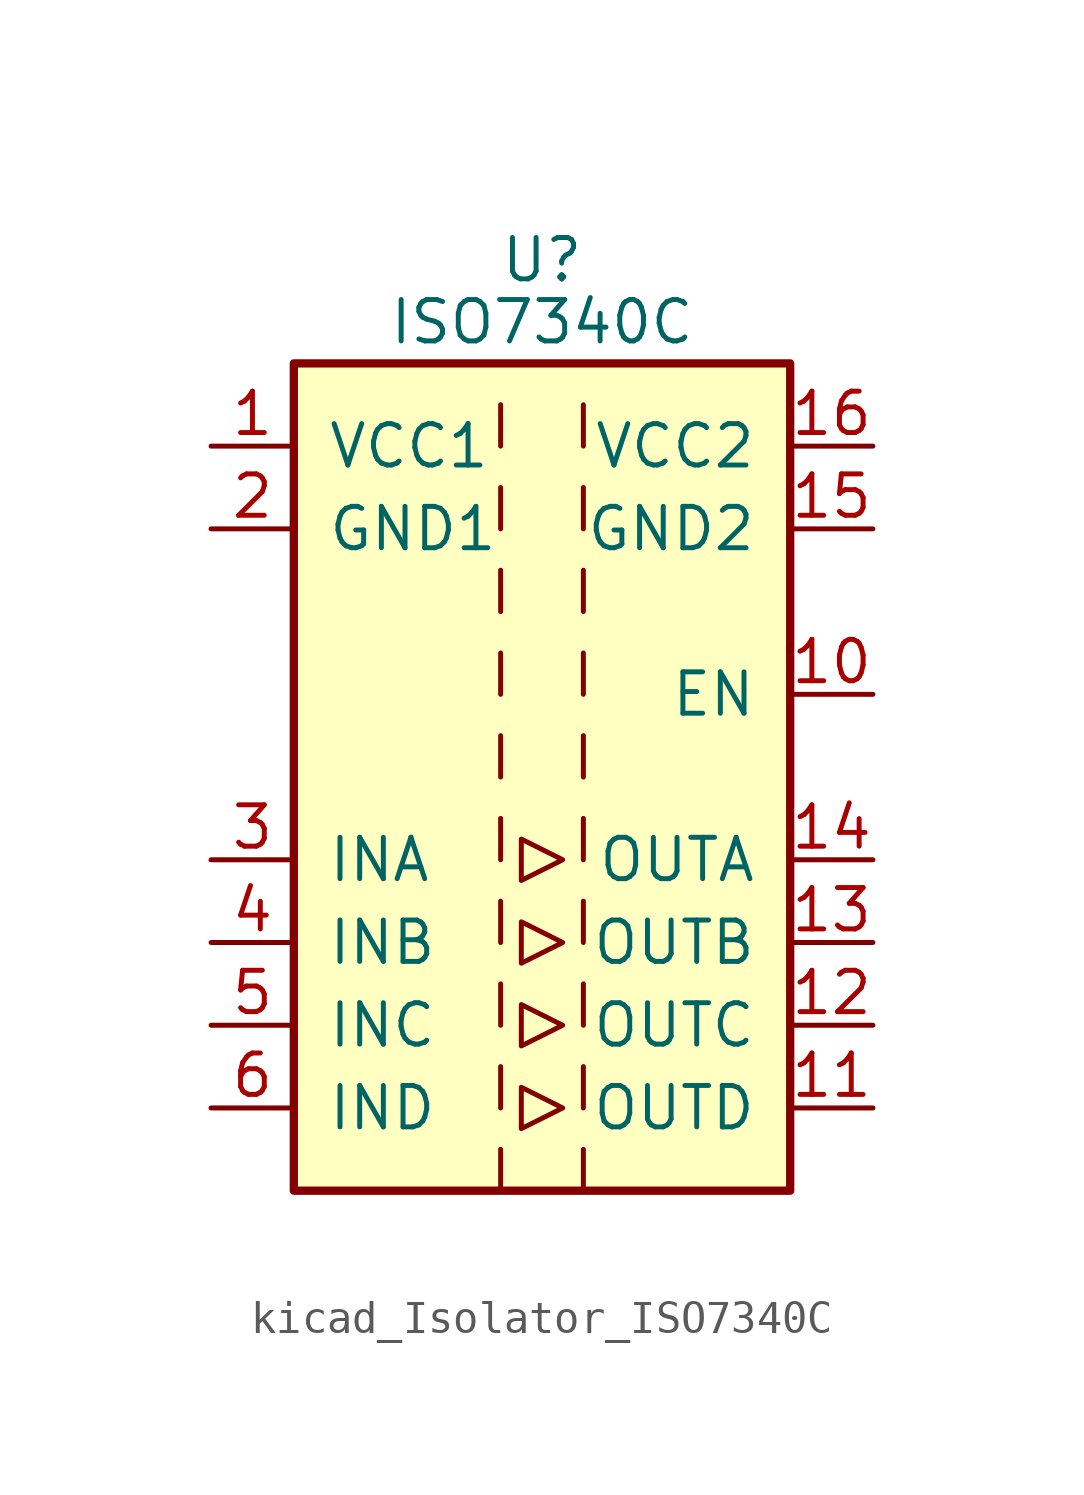
<source format=kicad_sym>
(kicad_symbol_lib
  (version 20220914)
  (generator kicad_symbol_editor)
  (symbol "kicad_Isolator_ISO7340C"
    (pin_names
      (offset 1.016))
    (property "Reference" "U"
      (at 0 15.875 0)
      (effects (font (size 1.27 1.27))))
    (property "Value" "ISO7340C"
      (at 0 13.97 0)
      (effects (font (size 1.27 1.27))))
    (symbol "kicad_Isolator_ISO7340C_0_1"
      (rectangle (start -7.62 12.7) (end 7.62 -12.7) (stroke (width 0.254) (type default)) (fill (type background)))
      (polyline (pts (xy -1.27 -11.43) (xy -1.27 -12.7)) (stroke (width 0) (type default)) (fill (type none)))
      (polyline (pts (xy -1.27 -8.89) (xy -1.27 -10.16)) (stroke (width 0) (type default)) (fill (type none)))
      (polyline (pts (xy -1.27 -6.35) (xy -1.27 -7.62)) (stroke (width 0) (type default)) (fill (type none)))
      (polyline (pts (xy -1.27 -3.81) (xy -1.27 -5.08)) (stroke (width 0) (type default)) (fill (type none)))
      (polyline (pts (xy -1.27 -1.27) (xy -1.27 -2.54)) (stroke (width 0) (type default)) (fill (type none)))
      (polyline (pts (xy -1.27 1.27) (xy -1.27 0)) (stroke (width 0) (type default)) (fill (type none)))
      (polyline (pts (xy -1.27 3.81) (xy -1.27 2.54)) (stroke (width 0) (type default)) (fill (type none)))
      (polyline (pts (xy -1.27 6.35) (xy -1.27 5.08)) (stroke (width 0) (type default)) (fill (type none)))
      (polyline (pts (xy -1.27 8.89) (xy -1.27 7.62)) (stroke (width 0) (type default)) (fill (type none)))
      (polyline (pts (xy -1.27 11.43) (xy -1.27 10.16)) (stroke (width 0) (type default)) (fill (type none)))
      (polyline (pts (xy 1.27 -11.43) (xy 1.27 -12.7)) (stroke (width 0) (type default)) (fill (type none)))
      (polyline (pts (xy 1.27 -8.89) (xy 1.27 -10.16)) (stroke (width 0) (type default)) (fill (type none)))
      (polyline (pts (xy 1.27 -6.35) (xy 1.27 -7.62)) (stroke (width 0) (type default)) (fill (type none)))
      (polyline (pts (xy 1.27 -3.81) (xy 1.27 -5.08)) (stroke (width 0) (type default)) (fill (type none)))
      (polyline (pts (xy 1.27 -1.27) (xy 1.27 -2.54)) (stroke (width 0) (type default)) (fill (type none)))
      (polyline (pts (xy 1.27 1.27) (xy 1.27 0)) (stroke (width 0) (type default)) (fill (type none)))
      (polyline (pts (xy 1.27 3.81) (xy 1.27 2.54)) (stroke (width 0) (type default)) (fill (type none)))
      (polyline (pts (xy 1.27 6.35) (xy 1.27 5.08)) (stroke (width 0) (type default)) (fill (type none)))
      (polyline (pts (xy 1.27 8.89) (xy 1.27 7.62)) (stroke (width 0) (type default)) (fill (type none)))
      (polyline (pts (xy 1.27 11.43) (xy 1.27 10.16)) (stroke (width 0) (type default)) (fill (type none)))
      (polyline (pts (xy -0.635 -9.525) (xy -0.635 -10.795) (xy 0.635 -10.16) (xy -0.635 -9.525)) (stroke (width 0) (type default)) (fill (type none)))
      (polyline (pts (xy -0.635 -6.985) (xy -0.635 -8.255) (xy 0.635 -7.62) (xy -0.635 -6.985)) (stroke (width 0) (type default)) (fill (type none)))
      (polyline (pts (xy -0.635 -4.445) (xy -0.635 -5.715) (xy 0.635 -5.08) (xy -0.635 -4.445)) (stroke (width 0) (type default)) (fill (type none)))
      (polyline (pts (xy -0.635 -1.905) (xy -0.635 -3.175) (xy 0.635 -2.54) (xy -0.635 -1.905)) (stroke (width 0) (type default)) (fill (type none))))
    (symbol "kicad_Isolator_ISO7340C_1_1"
      (pin power_in line (at -10.16 10.16 0) (length 2.54) (name "VCC1" (effects (font (size 1.27 1.27)))) (number "1" (effects (font (size 1.27 1.27)))))
      (pin input line (at 10.16 2.54 180) (length 2.54) (name "EN" (effects (font (size 1.27 1.27)))) (number "10" (effects (font (size 1.27 1.27)))))
      (pin output line (at 10.16 -10.16 180) (length 2.54) (name "OUTD" (effects (font (size 1.27 1.27)))) (number "11" (effects (font (size 1.27 1.27)))))
      (pin output line (at 10.16 -7.62 180) (length 2.54) (name "OUTC" (effects (font (size 1.27 1.27)))) (number "12" (effects (font (size 1.27 1.27)))))
      (pin output line (at 10.16 -5.08 180) (length 2.54) (name "OUTB" (effects (font (size 1.27 1.27)))) (number "13" (effects (font (size 1.27 1.27)))))
      (pin output line (at 10.16 -2.54 180) (length 2.54) (name "OUTA" (effects (font (size 1.27 1.27)))) (number "14" (effects (font (size 1.27 1.27)))))
      (pin power_in line (at 10.16 7.62 180) (length 2.54) (name "GND2" (effects (font (size 1.27 1.27)))) (number "15" (effects (font (size 1.27 1.27)))))
      (pin power_in line (at 10.16 10.16 180) (length 2.54) (name "VCC2" (effects (font (size 1.27 1.27)))) (number "16" (effects (font (size 1.27 1.27)))))
      (pin power_in line (at -10.16 7.62 0) (length 2.54) (name "GND1" (effects (font (size 1.27 1.27)))) (number "2" (effects (font (size 1.27 1.27)))))
      (pin input line (at -10.16 -2.54 0) (length 2.54) (name "INA" (effects (font (size 1.27 1.27)))) (number "3" (effects (font (size 1.27 1.27)))))
      (pin input line (at -10.16 -5.08 0) (length 2.54) (name "INB" (effects (font (size 1.27 1.27)))) (number "4" (effects (font (size 1.27 1.27)))))
      (pin input line (at -10.16 -7.62 0) (length 2.54) (name "INC" (effects (font (size 1.27 1.27)))) (number "5" (effects (font (size 1.27 1.27)))))
      (pin input line (at -10.16 -10.16 0) (length 2.54) (name "IND" (effects (font (size 1.27 1.27)))) (number "6" (effects (font (size 1.27 1.27)))))
      (pin passive line (at -10.16 7.62 0) (length 2.54) hide (name "GND1" (effects (font (size 1.27 1.27)))) (number "8" (effects (font (size 1.27 1.27)))))
      (pin passive line (at 10.16 7.62 180) (length 2.54) hide (name "GND2" (effects (font (size 1.27 1.27)))) (number "9" (effects (font (size 1.27 1.27))))))))
</source>
